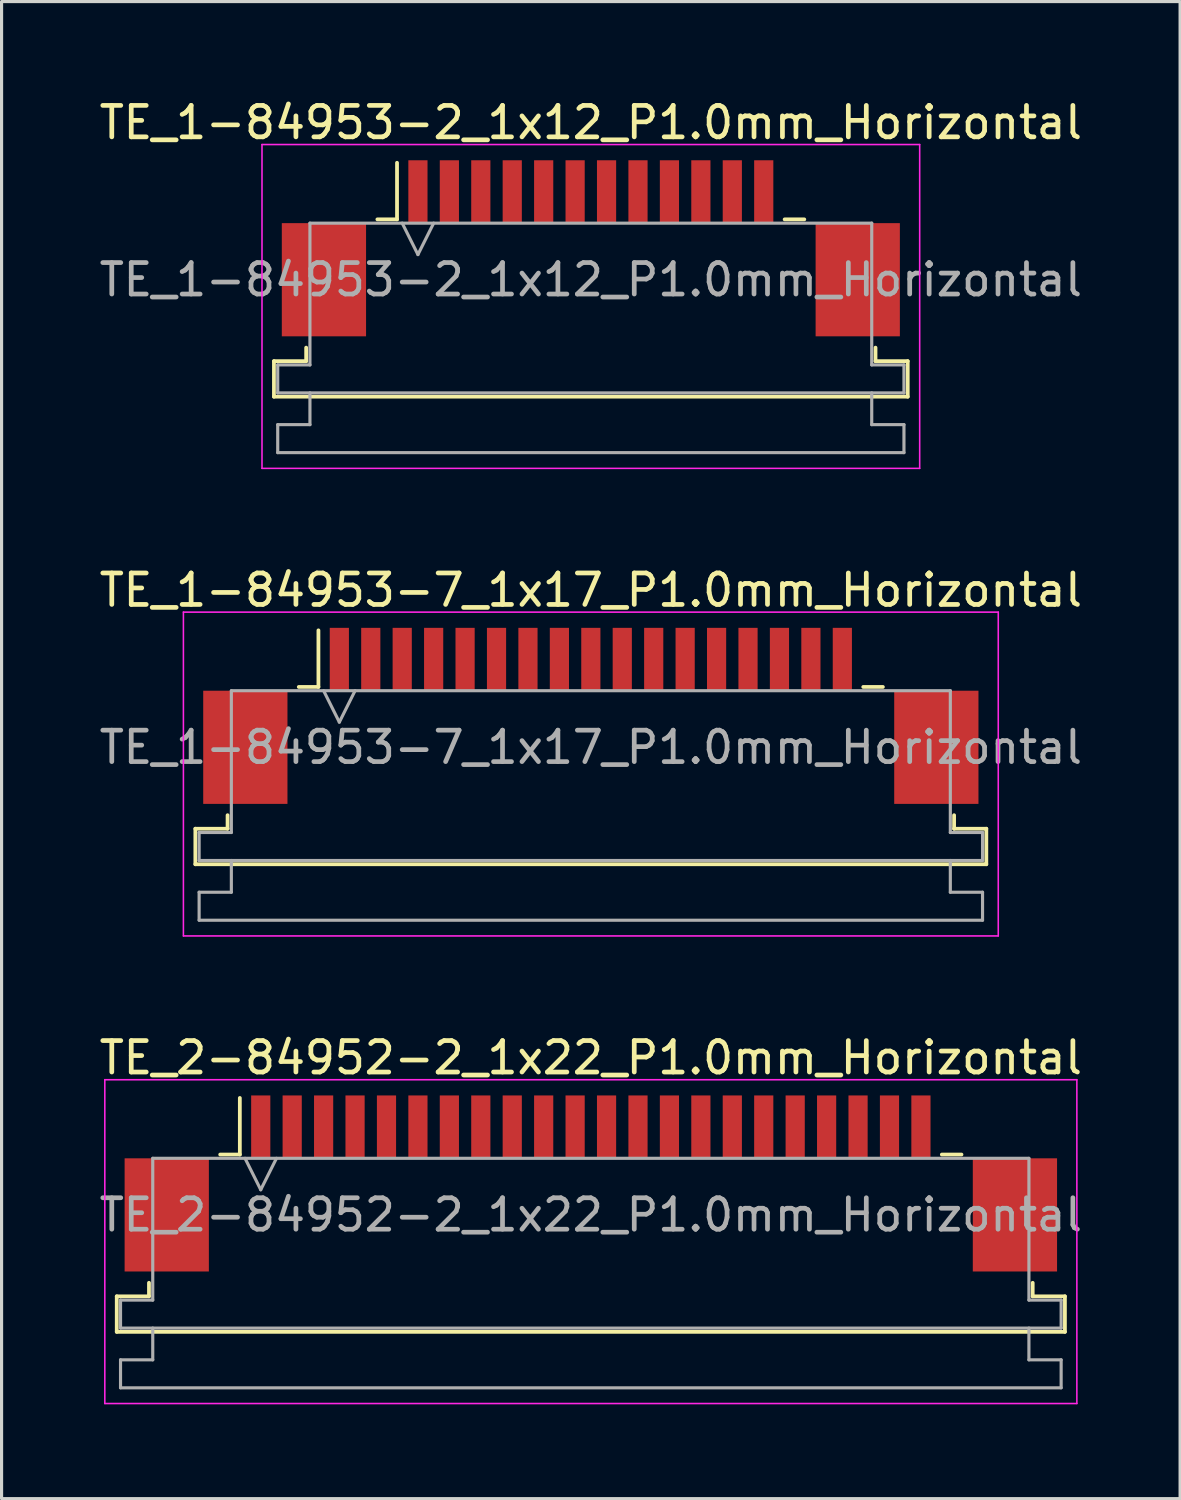
<source format=kicad_pcb>
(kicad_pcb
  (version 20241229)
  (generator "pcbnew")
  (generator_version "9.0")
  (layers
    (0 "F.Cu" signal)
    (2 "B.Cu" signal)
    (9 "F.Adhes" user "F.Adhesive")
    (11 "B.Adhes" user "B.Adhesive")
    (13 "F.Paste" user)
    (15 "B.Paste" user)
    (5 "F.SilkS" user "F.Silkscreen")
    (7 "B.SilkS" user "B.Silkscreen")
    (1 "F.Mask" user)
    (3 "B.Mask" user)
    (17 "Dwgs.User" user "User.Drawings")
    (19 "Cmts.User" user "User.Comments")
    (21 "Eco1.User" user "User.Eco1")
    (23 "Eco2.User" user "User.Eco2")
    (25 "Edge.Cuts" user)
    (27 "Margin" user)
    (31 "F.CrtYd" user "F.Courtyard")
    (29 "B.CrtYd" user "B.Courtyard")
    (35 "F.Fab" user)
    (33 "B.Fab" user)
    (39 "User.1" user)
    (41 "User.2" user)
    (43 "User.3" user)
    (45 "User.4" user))
  (footprint "TE_2-84952-2_1x22_P1.0mm_Horizontal"
    (layer "F.Cu")
    (at 15.744 34.595)
    (property "Reference" "TE_2-84952-2_1x22_P1.0mm_Horizontal" (at 0 -4 0) (layer "F.SilkS") (effects (font (size 1 1) (thickness 0.15))))
    (attr smd)
    (fp_line (start -15.08 3.59) (end -14.055 3.59) (stroke (width 0.12) (type solid)) (layer "F.SilkS"))
    (fp_line (start -15.08 4.72) (end -15.08 3.59) (stroke (width 0.12) (type solid)) (layer "F.SilkS"))
    (fp_line (start -14.055 3.59) (end -14.055 3.16) (stroke (width 0.12) (type solid)) (layer "F.SilkS"))
    (fp_line (start -11.79 -0.92) (end -11.165 -0.92) (stroke (width 0.12) (type solid)) (layer "F.SilkS"))
    (fp_line (start -11.165 -0.92) (end -11.165 -2.72) (stroke (width 0.12) (type solid)) (layer "F.SilkS"))
    (fp_line (start 11.165 -0.92) (end 11.79 -0.92) (stroke (width 0.12) (type solid)) (layer "F.SilkS"))
    (fp_line (start 14.055 3.16) (end 14.055 3.59) (stroke (width 0.12) (type solid)) (layer "F.SilkS"))
    (fp_line (start 14.055 3.59) (end 15.08 3.59) (stroke (width 0.12) (type solid)) (layer "F.SilkS"))
    (fp_line (start 15.08 3.59) (end 15.08 4.72) (stroke (width 0.12) (type solid)) (layer "F.SilkS"))
    (fp_line (start 15.08 4.72) (end -15.08 4.72) (stroke (width 0.12) (type solid)) (layer "F.SilkS"))
    (fp_line (start -15.46 -3.3) (end -15.46 7) (stroke (width 0.05) (type solid)) (layer "F.CrtYd"))
    (fp_line (start -15.46 7) (end 15.46 7) (stroke (width 0.05) (type solid)) (layer "F.CrtYd"))
    (fp_line (start 15.46 -3.3) (end -15.46 -3.3) (stroke (width 0.05) (type solid)) (layer "F.CrtYd"))
    (fp_line (start 15.46 7) (end 15.46 -3.3) (stroke (width 0.05) (type solid)) (layer "F.CrtYd"))
    (fp_line (start -14.96 3.71) (end -13.935 3.71) (stroke (width 0.1) (type solid)) (layer "F.Fab"))
    (fp_line (start -14.96 4.6) (end -14.96 3.71) (stroke (width 0.1) (type solid)) (layer "F.Fab"))
    (fp_line (start -14.96 5.61) (end -13.935 5.61) (stroke (width 0.1) (type solid)) (layer "F.Fab"))
    (fp_line (start -14.96 6.5) (end -14.96 5.61) (stroke (width 0.1) (type solid)) (layer "F.Fab"))
    (fp_line (start -13.935 -0.8) (end 13.935 -0.8) (stroke (width 0.1) (type solid)) (layer "F.Fab"))
    (fp_line (start -13.935 3.71) (end -13.935 -0.8) (stroke (width 0.1) (type solid)) (layer "F.Fab"))
    (fp_line (start -13.935 5.61) (end -13.935 4.6) (stroke (width 0.1) (type solid)) (layer "F.Fab"))
    (fp_line (start -11 -0.8) (end -10.5 0.2) (stroke (width 0.1) (type solid)) (layer "F.Fab"))
    (fp_line (start -10.5 0.2) (end -10 -0.8) (stroke (width 0.1) (type solid)) (layer "F.Fab"))
    (fp_line (start 13.935 -0.8) (end 13.935 3.71) (stroke (width 0.1) (type solid)) (layer "F.Fab"))
    (fp_line (start 13.935 3.71) (end 14.96 3.71) (stroke (width 0.1) (type solid)) (layer "F.Fab"))
    (fp_line (start 13.935 4.6) (end 13.935 5.61) (stroke (width 0.1) (type solid)) (layer "F.Fab"))
    (fp_line (start 13.935 5.61) (end 14.96 5.61) (stroke (width 0.1) (type solid)) (layer "F.Fab"))
    (fp_line (start 14.96 3.71) (end 14.96 4.6) (stroke (width 0.1) (type solid)) (layer "F.Fab"))
    (fp_line (start 14.96 4.6) (end -14.96 4.6) (stroke (width 0.1) (type solid)) (layer "F.Fab"))
    (fp_line (start 14.96 5.61) (end 14.96 6.5) (stroke (width 0.1) (type solid)) (layer "F.Fab"))
    (fp_line (start 14.96 6.5) (end -14.96 6.5) (stroke (width 0.1) (type solid)) (layer "F.Fab"))
    (fp_text user "${REFERENCE}" (at 0 1 0) (layer "F.Fab") (effects (font (size 1 1) (thickness 0.15))))
    (pad "" smd rect (at -13.49 1) (size 2.68 3.6) (layers "F.Cu" "F.Mask" "F.Paste"))
    (pad "" smd rect (at 13.49 1) (size 2.68 3.6) (layers "F.Cu" "F.Mask" "F.Paste"))
    (pad "1" smd rect (at -10.5 -1.8) (size 0.61 2) (layers "F.Cu" "F.Mask" "F.Paste"))
    (pad "2" smd rect (at -9.5 -1.8) (size 0.61 2) (layers "F.Cu" "F.Mask" "F.Paste"))
    (pad "3" smd rect (at -8.5 -1.8) (size 0.61 2) (layers "F.Cu" "F.Mask" "F.Paste"))
    (pad "4" smd rect (at -7.5 -1.8) (size 0.61 2) (layers "F.Cu" "F.Mask" "F.Paste"))
    (pad "5" smd rect (at -6.5 -1.8) (size 0.61 2) (layers "F.Cu" "F.Mask" "F.Paste"))
    (pad "6" smd rect (at -5.5 -1.8) (size 0.61 2) (layers "F.Cu" "F.Mask" "F.Paste"))
    (pad "7" smd rect (at -4.5 -1.8) (size 0.61 2) (layers "F.Cu" "F.Mask" "F.Paste"))
    (pad "8" smd rect (at -3.5 -1.8) (size 0.61 2) (layers "F.Cu" "F.Mask" "F.Paste"))
    (pad "9" smd rect (at -2.5 -1.8) (size 0.61 2) (layers "F.Cu" "F.Mask" "F.Paste"))
    (pad "10" smd rect (at -1.5 -1.8) (size 0.61 2) (layers "F.Cu" "F.Mask" "F.Paste"))
    (pad "11" smd rect (at -0.5 -1.8) (size 0.61 2) (layers "F.Cu" "F.Mask" "F.Paste"))
    (pad "12" smd rect (at 0.5 -1.8) (size 0.61 2) (layers "F.Cu" "F.Mask" "F.Paste"))
    (pad "13" smd rect (at 1.5 -1.8) (size 0.61 2) (layers "F.Cu" "F.Mask" "F.Paste"))
    (pad "14" smd rect (at 2.5 -1.8) (size 0.61 2) (layers "F.Cu" "F.Mask" "F.Paste"))
    (pad "15" smd rect (at 3.5 -1.8) (size 0.61 2) (layers "F.Cu" "F.Mask" "F.Paste"))
    (pad "16" smd rect (at 4.5 -1.8) (size 0.61 2) (layers "F.Cu" "F.Mask" "F.Paste"))
    (pad "17" smd rect (at 5.5 -1.8) (size 0.61 2) (layers "F.Cu" "F.Mask" "F.Paste"))
    (pad "18" smd rect (at 6.5 -1.8) (size 0.61 2) (layers "F.Cu" "F.Mask" "F.Paste"))
    (pad "19" smd rect (at 7.5 -1.8) (size 0.61 2) (layers "F.Cu" "F.Mask" "F.Paste"))
    (pad "20" smd rect (at 8.5 -1.8) (size 0.61 2) (layers "F.Cu" "F.Mask" "F.Paste"))
    (pad "21" smd rect (at 9.5 -1.8) (size 0.61 2) (layers "F.Cu" "F.Mask" "F.Paste"))
    (pad "22" smd rect (at 10.5 -1.8) (size 0.61 2) (layers "F.Cu" "F.Mask" "F.Paste")))
  (footprint "TE_1-84953-7_1x17_P1.0mm_Horizontal"
    (layer "F.Cu")
    (at 15.744 19.721)
    (property "Reference" "TE_1-84953-7_1x17_P1.0mm_Horizontal" (at 0 -4 0) (layer "F.SilkS") (effects (font (size 1 1) (thickness 0.15))))
    (attr smd)
    (fp_line (start -12.58 3.59) (end -11.555 3.59) (stroke (width 0.12) (type solid)) (layer "F.SilkS"))
    (fp_line (start -12.58 4.72) (end -12.58 3.59) (stroke (width 0.12) (type solid)) (layer "F.SilkS"))
    (fp_line (start -11.555 3.59) (end -11.555 3.16) (stroke (width 0.12) (type solid)) (layer "F.SilkS"))
    (fp_line (start -9.29 -0.92) (end -8.665 -0.92) (stroke (width 0.12) (type solid)) (layer "F.SilkS"))
    (fp_line (start -8.665 -0.92) (end -8.665 -2.72) (stroke (width 0.12) (type solid)) (layer "F.SilkS"))
    (fp_line (start 8.665 -0.92) (end 9.29 -0.92) (stroke (width 0.12) (type solid)) (layer "F.SilkS"))
    (fp_line (start 11.555 3.16) (end 11.555 3.59) (stroke (width 0.12) (type solid)) (layer "F.SilkS"))
    (fp_line (start 11.555 3.59) (end 12.58 3.59) (stroke (width 0.12) (type solid)) (layer "F.SilkS"))
    (fp_line (start 12.58 3.59) (end 12.58 4.72) (stroke (width 0.12) (type solid)) (layer "F.SilkS"))
    (fp_line (start 12.58 4.72) (end -12.58 4.72) (stroke (width 0.12) (type solid)) (layer "F.SilkS"))
    (fp_line (start -12.96 -3.3) (end -12.96 7) (stroke (width 0.05) (type solid)) (layer "F.CrtYd"))
    (fp_line (start -12.96 7) (end 12.96 7) (stroke (width 0.05) (type solid)) (layer "F.CrtYd"))
    (fp_line (start 12.96 -3.3) (end -12.96 -3.3) (stroke (width 0.05) (type solid)) (layer "F.CrtYd"))
    (fp_line (start 12.96 7) (end 12.96 -3.3) (stroke (width 0.05) (type solid)) (layer "F.CrtYd"))
    (fp_line (start -12.46 3.71) (end -11.435 3.71) (stroke (width 0.1) (type solid)) (layer "F.Fab"))
    (fp_line (start -12.46 4.6) (end -12.46 3.71) (stroke (width 0.1) (type solid)) (layer "F.Fab"))
    (fp_line (start -12.46 5.61) (end -11.435 5.61) (stroke (width 0.1) (type solid)) (layer "F.Fab"))
    (fp_line (start -12.46 6.5) (end -12.46 5.61) (stroke (width 0.1) (type solid)) (layer "F.Fab"))
    (fp_line (start -11.435 -0.8) (end 11.435 -0.8) (stroke (width 0.1) (type solid)) (layer "F.Fab"))
    (fp_line (start -11.435 3.71) (end -11.435 -0.8) (stroke (width 0.1) (type solid)) (layer "F.Fab"))
    (fp_line (start -11.435 5.61) (end -11.435 4.6) (stroke (width 0.1) (type solid)) (layer "F.Fab"))
    (fp_line (start -8.5 -0.8) (end -8 0.2) (stroke (width 0.1) (type solid)) (layer "F.Fab"))
    (fp_line (start -8 0.2) (end -7.5 -0.8) (stroke (width 0.1) (type solid)) (layer "F.Fab"))
    (fp_line (start 11.435 -0.8) (end 11.435 3.71) (stroke (width 0.1) (type solid)) (layer "F.Fab"))
    (fp_line (start 11.435 3.71) (end 12.46 3.71) (stroke (width 0.1) (type solid)) (layer "F.Fab"))
    (fp_line (start 11.435 4.6) (end 11.435 5.61) (stroke (width 0.1) (type solid)) (layer "F.Fab"))
    (fp_line (start 11.435 5.61) (end 12.46 5.61) (stroke (width 0.1) (type solid)) (layer "F.Fab"))
    (fp_line (start 12.46 3.71) (end 12.46 4.6) (stroke (width 0.1) (type solid)) (layer "F.Fab"))
    (fp_line (start 12.46 4.6) (end -12.46 4.6) (stroke (width 0.1) (type solid)) (layer "F.Fab"))
    (fp_line (start 12.46 5.61) (end 12.46 6.5) (stroke (width 0.1) (type solid)) (layer "F.Fab"))
    (fp_line (start 12.46 6.5) (end -12.46 6.5) (stroke (width 0.1) (type solid)) (layer "F.Fab"))
    (fp_text user "${REFERENCE}" (at 0 1 0) (layer "F.Fab") (effects (font (size 1 1) (thickness 0.15))))
    (pad "" smd rect (at -10.99 1) (size 2.68 3.6) (layers "F.Cu" "F.Mask" "F.Paste"))
    (pad "" smd rect (at 10.99 1) (size 2.68 3.6) (layers "F.Cu" "F.Mask" "F.Paste"))
    (pad "1" smd rect (at -8 -1.8) (size 0.61 2) (layers "F.Cu" "F.Mask" "F.Paste"))
    (pad "2" smd rect (at -7 -1.8) (size 0.61 2) (layers "F.Cu" "F.Mask" "F.Paste"))
    (pad "3" smd rect (at -6 -1.8) (size 0.61 2) (layers "F.Cu" "F.Mask" "F.Paste"))
    (pad "4" smd rect (at -5 -1.8) (size 0.61 2) (layers "F.Cu" "F.Mask" "F.Paste"))
    (pad "5" smd rect (at -4 -1.8) (size 0.61 2) (layers "F.Cu" "F.Mask" "F.Paste"))
    (pad "6" smd rect (at -3 -1.8) (size 0.61 2) (layers "F.Cu" "F.Mask" "F.Paste"))
    (pad "7" smd rect (at -2 -1.8) (size 0.61 2) (layers "F.Cu" "F.Mask" "F.Paste"))
    (pad "8" smd rect (at -1 -1.8) (size 0.61 2) (layers "F.Cu" "F.Mask" "F.Paste"))
    (pad "9" smd rect (at 0 -1.8) (size 0.61 2) (layers "F.Cu" "F.Mask" "F.Paste"))
    (pad "10" smd rect (at 1 -1.8) (size 0.61 2) (layers "F.Cu" "F.Mask" "F.Paste"))
    (pad "11" smd rect (at 2 -1.8) (size 0.61 2) (layers "F.Cu" "F.Mask" "F.Paste"))
    (pad "12" smd rect (at 3 -1.8) (size 0.61 2) (layers "F.Cu" "F.Mask" "F.Paste"))
    (pad "13" smd rect (at 4 -1.8) (size 0.61 2) (layers "F.Cu" "F.Mask" "F.Paste"))
    (pad "14" smd rect (at 5 -1.8) (size 0.61 2) (layers "F.Cu" "F.Mask" "F.Paste"))
    (pad "15" smd rect (at 6 -1.8) (size 0.61 2) (layers "F.Cu" "F.Mask" "F.Paste"))
    (pad "16" smd rect (at 7 -1.8) (size 0.61 2) (layers "F.Cu" "F.Mask" "F.Paste"))
    (pad "17" smd rect (at 8 -1.8) (size 0.61 2) (layers "F.Cu" "F.Mask" "F.Paste")))
  (footprint "TE_1-84953-2_1x12_P1.0mm_Horizontal"
    (layer "F.Cu")
    (at 15.744 4.848)
    (property "Reference" "TE_1-84953-2_1x12_P1.0mm_Horizontal" (at 0 -4 0) (layer "F.SilkS") (effects (font (size 1 1) (thickness 0.15))))
    (attr smd)
    (fp_line (start -10.08 3.59) (end -9.055 3.59) (stroke (width 0.12) (type solid)) (layer "F.SilkS"))
    (fp_line (start -10.08 4.72) (end -10.08 3.59) (stroke (width 0.12) (type solid)) (layer "F.SilkS"))
    (fp_line (start -9.055 3.59) (end -9.055 3.16) (stroke (width 0.12) (type solid)) (layer "F.SilkS"))
    (fp_line (start -6.79 -0.92) (end -6.165 -0.92) (stroke (width 0.12) (type solid)) (layer "F.SilkS"))
    (fp_line (start -6.165 -0.92) (end -6.165 -2.72) (stroke (width 0.12) (type solid)) (layer "F.SilkS"))
    (fp_line (start 6.165 -0.92) (end 6.79 -0.92) (stroke (width 0.12) (type solid)) (layer "F.SilkS"))
    (fp_line (start 9.055 3.16) (end 9.055 3.59) (stroke (width 0.12) (type solid)) (layer "F.SilkS"))
    (fp_line (start 9.055 3.59) (end 10.08 3.59) (stroke (width 0.12) (type solid)) (layer "F.SilkS"))
    (fp_line (start 10.08 3.59) (end 10.08 4.72) (stroke (width 0.12) (type solid)) (layer "F.SilkS"))
    (fp_line (start 10.08 4.72) (end -10.08 4.72) (stroke (width 0.12) (type solid)) (layer "F.SilkS"))
    (fp_line (start -10.46 -3.3) (end -10.46 7) (stroke (width 0.05) (type solid)) (layer "F.CrtYd"))
    (fp_line (start -10.46 7) (end 10.46 7) (stroke (width 0.05) (type solid)) (layer "F.CrtYd"))
    (fp_line (start 10.46 -3.3) (end -10.46 -3.3) (stroke (width 0.05) (type solid)) (layer "F.CrtYd"))
    (fp_line (start 10.46 7) (end 10.46 -3.3) (stroke (width 0.05) (type solid)) (layer "F.CrtYd"))
    (fp_line (start -9.96 3.71) (end -8.935 3.71) (stroke (width 0.1) (type solid)) (layer "F.Fab"))
    (fp_line (start -9.96 4.6) (end -9.96 3.71) (stroke (width 0.1) (type solid)) (layer "F.Fab"))
    (fp_line (start -9.96 5.61) (end -8.935 5.61) (stroke (width 0.1) (type solid)) (layer "F.Fab"))
    (fp_line (start -9.96 6.5) (end -9.96 5.61) (stroke (width 0.1) (type solid)) (layer "F.Fab"))
    (fp_line (start -8.935 -0.8) (end 8.935 -0.8) (stroke (width 0.1) (type solid)) (layer "F.Fab"))
    (fp_line (start -8.935 3.71) (end -8.935 -0.8) (stroke (width 0.1) (type solid)) (layer "F.Fab"))
    (fp_line (start -8.935 5.61) (end -8.935 4.6) (stroke (width 0.1) (type solid)) (layer "F.Fab"))
    (fp_line (start -6 -0.8) (end -5.5 0.2) (stroke (width 0.1) (type solid)) (layer "F.Fab"))
    (fp_line (start -5.5 0.2) (end -5 -0.8) (stroke (width 0.1) (type solid)) (layer "F.Fab"))
    (fp_line (start 8.935 -0.8) (end 8.935 3.71) (stroke (width 0.1) (type solid)) (layer "F.Fab"))
    (fp_line (start 8.935 3.71) (end 9.96 3.71) (stroke (width 0.1) (type solid)) (layer "F.Fab"))
    (fp_line (start 8.935 4.6) (end 8.935 5.61) (stroke (width 0.1) (type solid)) (layer "F.Fab"))
    (fp_line (start 8.935 5.61) (end 9.96 5.61) (stroke (width 0.1) (type solid)) (layer "F.Fab"))
    (fp_line (start 9.96 3.71) (end 9.96 4.6) (stroke (width 0.1) (type solid)) (layer "F.Fab"))
    (fp_line (start 9.96 4.6) (end -9.96 4.6) (stroke (width 0.1) (type solid)) (layer "F.Fab"))
    (fp_line (start 9.96 5.61) (end 9.96 6.5) (stroke (width 0.1) (type solid)) (layer "F.Fab"))
    (fp_line (start 9.96 6.5) (end -9.96 6.5) (stroke (width 0.1) (type solid)) (layer "F.Fab"))
    (fp_text user "${REFERENCE}" (at 0 1 0) (layer "F.Fab") (effects (font (size 1 1) (thickness 0.15))))
    (pad "" smd rect (at -8.49 1) (size 2.68 3.6) (layers "F.Cu" "F.Mask" "F.Paste"))
    (pad "" smd rect (at 8.49 1) (size 2.68 3.6) (layers "F.Cu" "F.Mask" "F.Paste"))
    (pad "1" smd rect (at -5.5 -1.8) (size 0.61 2) (layers "F.Cu" "F.Mask" "F.Paste"))
    (pad "2" smd rect (at -4.5 -1.8) (size 0.61 2) (layers "F.Cu" "F.Mask" "F.Paste"))
    (pad "3" smd rect (at -3.5 -1.8) (size 0.61 2) (layers "F.Cu" "F.Mask" "F.Paste"))
    (pad "4" smd rect (at -2.5 -1.8) (size 0.61 2) (layers "F.Cu" "F.Mask" "F.Paste"))
    (pad "5" smd rect (at -1.5 -1.8) (size 0.61 2) (layers "F.Cu" "F.Mask" "F.Paste"))
    (pad "6" smd rect (at -0.5 -1.8) (size 0.61 2) (layers "F.Cu" "F.Mask" "F.Paste"))
    (pad "7" smd rect (at 0.5 -1.8) (size 0.61 2) (layers "F.Cu" "F.Mask" "F.Paste"))
    (pad "8" smd rect (at 1.5 -1.8) (size 0.61 2) (layers "F.Cu" "F.Mask" "F.Paste"))
    (pad "9" smd rect (at 2.5 -1.8) (size 0.61 2) (layers "F.Cu" "F.Mask" "F.Paste"))
    (pad "10" smd rect (at 3.5 -1.8) (size 0.61 2) (layers "F.Cu" "F.Mask" "F.Paste"))
    (pad "11" smd rect (at 4.5 -1.8) (size 0.61 2) (layers "F.Cu" "F.Mask" "F.Paste"))
    (pad "12" smd rect (at 5.5 -1.8) (size 0.61 2) (layers "F.Cu" "F.Mask" "F.Paste")))
  (gr_rect
    (start -3 -3)
    (end 34.488 44.62)
    (stroke (width 0.1) (type default))
    (fill no)
    (layer "Edge.Cuts")))
</source>
